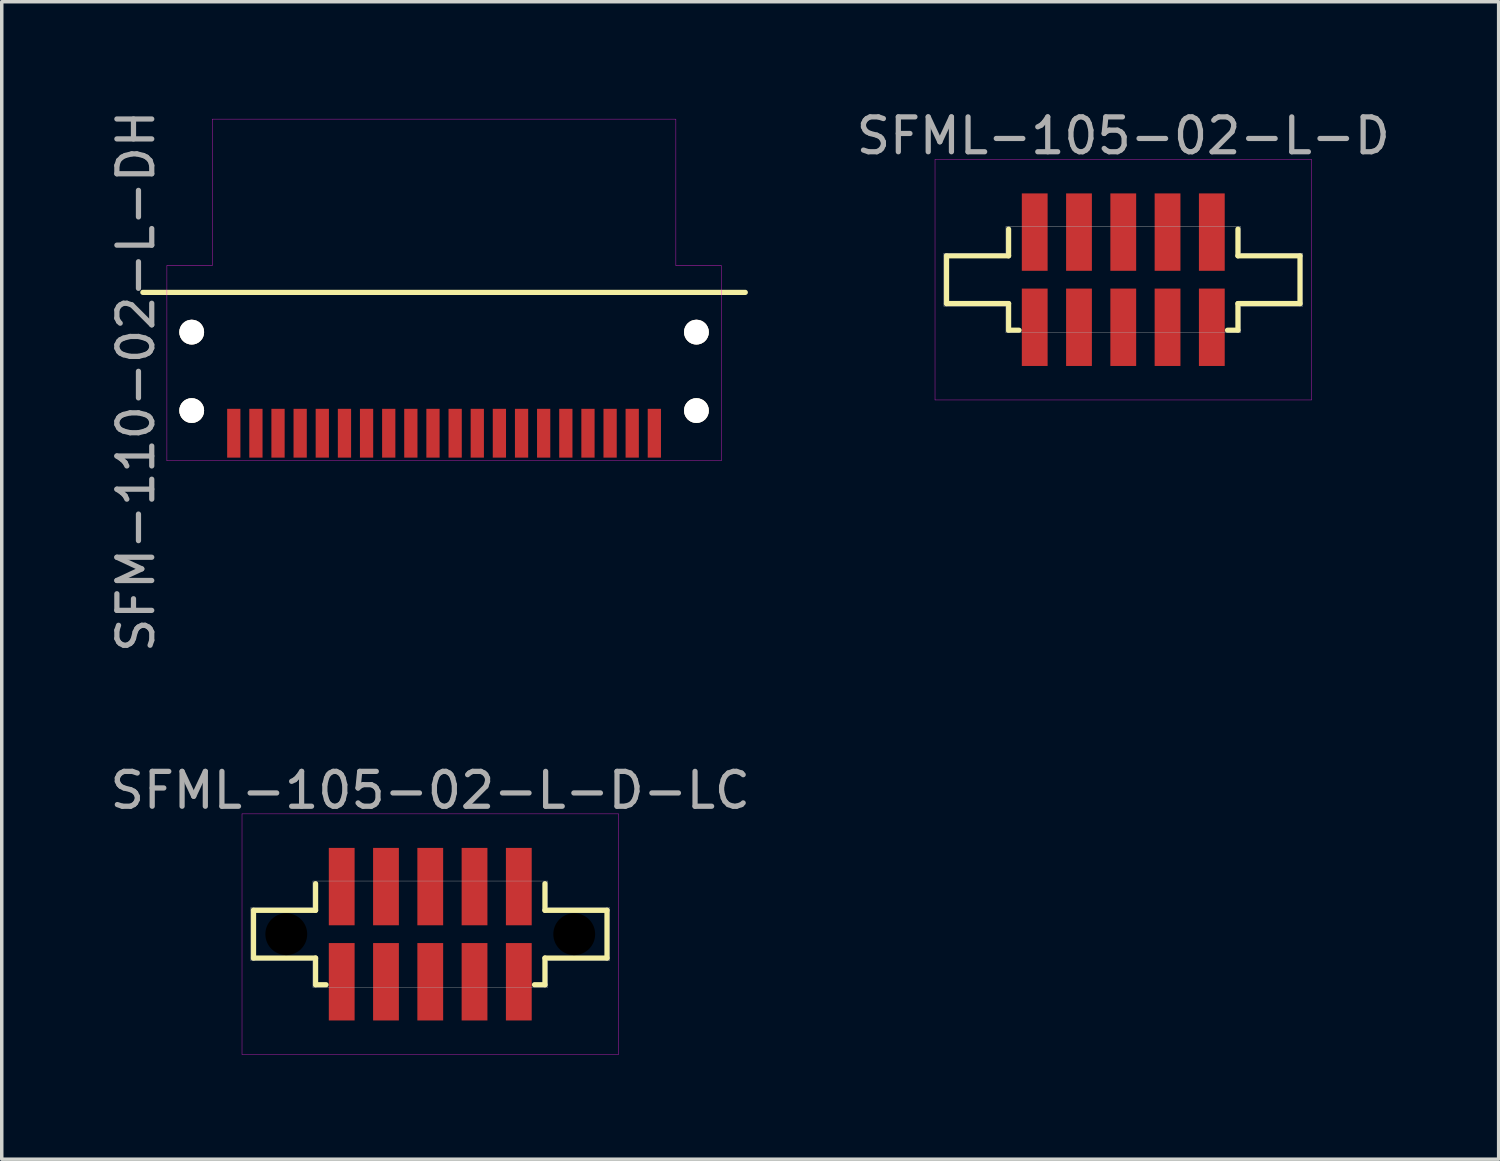
<source format=kicad_pcb>
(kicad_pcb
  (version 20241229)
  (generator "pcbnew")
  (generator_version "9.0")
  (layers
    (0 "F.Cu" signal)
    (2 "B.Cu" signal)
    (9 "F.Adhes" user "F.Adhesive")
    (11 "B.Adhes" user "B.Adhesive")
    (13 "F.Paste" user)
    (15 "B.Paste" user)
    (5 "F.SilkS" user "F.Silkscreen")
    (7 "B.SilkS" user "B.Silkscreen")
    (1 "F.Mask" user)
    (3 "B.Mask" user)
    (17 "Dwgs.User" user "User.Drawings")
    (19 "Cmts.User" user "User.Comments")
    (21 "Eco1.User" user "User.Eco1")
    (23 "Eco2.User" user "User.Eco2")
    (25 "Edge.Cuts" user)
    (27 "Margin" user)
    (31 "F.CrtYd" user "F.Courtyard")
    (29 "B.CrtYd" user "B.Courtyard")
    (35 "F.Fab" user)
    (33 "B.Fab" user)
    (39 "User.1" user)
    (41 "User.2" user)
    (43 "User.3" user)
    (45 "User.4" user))
  (footprint "SFM-110-02-L-DH"
    (layer "F.Cu")
    (at 9.688 5.567)
    (property "Reference" "SFM-110-02-L-DH" (at -8.84 2.32 90) (layer "F.Fab") (effects (font (size 1 1) (thickness 0.15))))
    (attr through_hole)
    (fp_line (start -8.64 -0.23) (end 8.64 -0.23) (stroke (width 0.15) (type solid)) (layer "F.SilkS"))
    (fp_line (start -7.95 -1) (end -7.95 4.6) (stroke (width 0.01) (type solid)) (layer "F.CrtYd"))
    (fp_line (start -7.95 -1) (end -6.65 -1) (stroke (width 0.01) (type solid)) (layer "F.CrtYd"))
    (fp_line (start -7.95 4.6) (end 7.95 4.6) (stroke (width 0.01) (type solid)) (layer "F.CrtYd"))
    (fp_line (start -6.65 -5.2) (end -6.65 -1) (stroke (width 0.01) (type solid)) (layer "F.CrtYd"))
    (fp_line (start -6.65 -5.2) (end 6.65 -5.2) (stroke (width 0.01) (type solid)) (layer "F.CrtYd"))
    (fp_line (start 6.65 -5.2) (end 6.65 -1) (stroke (width 0.01) (type solid)) (layer "F.CrtYd"))
    (fp_line (start 6.65 -1) (end 7.95 -1) (stroke (width 0.01) (type solid)) (layer "F.CrtYd"))
    (fp_line (start 7.95 -1) (end 7.95 4.6) (stroke (width 0.01) (type solid)) (layer "F.CrtYd"))
    (pad "" thru_hole circle (at -7.239 0.91) (size 0.71 0.71) (drill 0.71) (layers "*.Cu" "*.Mask" "F.SilkS"))
    (pad "" thru_hole circle (at -7.239 3.16) (size 0.71 0.71) (drill 0.71) (layers "*.Cu" "*.Mask" "F.SilkS"))
    (pad "" thru_hole circle (at 7.239 0.91) (size 0.71 0.71) (drill 0.71) (layers "*.Cu" "*.Mask" "F.SilkS"))
    (pad "" thru_hole circle (at 7.239 3.16) (size 0.71 0.71) (drill 0.71) (layers "*.Cu" "*.Mask" "F.SilkS"))
    (pad "1" smd rect (at -6.032 3.81) (size 0.38 1.4) (layers "F.Cu" "F.Mask" "F.Paste"))
    (pad "2" smd rect (at -5.397 3.81) (size 0.38 1.4) (layers "F.Cu" "F.Mask" "F.Paste"))
    (pad "3" smd rect (at -4.763 3.81) (size 0.38 1.4) (layers "F.Cu" "F.Mask" "F.Paste"))
    (pad "4" smd rect (at -4.128 3.81) (size 0.38 1.4) (layers "F.Cu" "F.Mask" "F.Paste"))
    (pad "5" smd rect (at -3.493 3.81) (size 0.38 1.4) (layers "F.Cu" "F.Mask" "F.Paste"))
    (pad "6" smd rect (at -2.857 3.81) (size 0.38 1.4) (layers "F.Cu" "F.Mask" "F.Paste"))
    (pad "7" smd rect (at -2.223 3.81) (size 0.38 1.4) (layers "F.Cu" "F.Mask" "F.Paste"))
    (pad "8" smd rect (at -1.587 3.81) (size 0.38 1.4) (layers "F.Cu" "F.Mask" "F.Paste"))
    (pad "9" smd rect (at -0.953 3.81) (size 0.38 1.4) (layers "F.Cu" "F.Mask" "F.Paste"))
    (pad "10" smd rect (at -0.318 3.81) (size 0.38 1.4) (layers "F.Cu" "F.Mask" "F.Paste"))
    (pad "11" smd rect (at 0.318 3.81) (size 0.38 1.4) (layers "F.Cu" "F.Mask" "F.Paste"))
    (pad "12" smd rect (at 0.953 3.81) (size 0.38 1.4) (layers "F.Cu" "F.Mask" "F.Paste"))
    (pad "13" smd rect (at 1.587 3.81) (size 0.38 1.4) (layers "F.Cu" "F.Mask" "F.Paste"))
    (pad "14" smd rect (at 2.223 3.81) (size 0.38 1.4) (layers "F.Cu" "F.Mask" "F.Paste"))
    (pad "15" smd rect (at 2.857 3.81) (size 0.38 1.4) (layers "F.Cu" "F.Mask" "F.Paste"))
    (pad "16" smd rect (at 3.493 3.81) (size 0.38 1.4) (layers "F.Cu" "F.Mask" "F.Paste"))
    (pad "17" smd rect (at 4.128 3.81) (size 0.38 1.4) (layers "F.Cu" "F.Mask" "F.Paste"))
    (pad "18" smd rect (at 4.763 3.81) (size 0.38 1.4) (layers "F.Cu" "F.Mask" "F.Paste"))
    (pad "19" smd rect (at 5.397 3.81) (size 0.38 1.4) (layers "F.Cu" "F.Mask" "F.Paste"))
    (pad "20" smd rect (at 6.032 3.81) (size 0.38 1.4) (layers "F.Cu" "F.Mask" "F.Paste")))
  (footprint "SFML-105-02-L-D"
    (layer "F.Cu")
    (at 29.171 4.973)
    (property "Reference" "SFML-105-02-L-D" (at 0 -4.125 0) (layer "F.Fab") (effects (font (size 1 1) (thickness 0.15))))
    (attr smd)
    (fp_line (start -5.07 -0.685) (end -3.29 -0.685) (stroke (width 0.15) (type solid)) (layer "F.SilkS"))
    (fp_line (start -5.07 0.685) (end -5.07 -0.685) (stroke (width 0.15) (type solid)) (layer "F.SilkS"))
    (fp_line (start -3.29 -0.685) (end -3.29 -1.45) (stroke (width 0.15) (type solid)) (layer "F.SilkS"))
    (fp_line (start -3.29 0.685) (end -5.07 0.685) (stroke (width 0.15) (type solid)) (layer "F.SilkS"))
    (fp_line (start -3.29 1.45) (end -3.29 0.685) (stroke (width 0.15) (type solid)) (layer "F.SilkS"))
    (fp_line (start -2.99 1.45) (end -3.29 1.45) (stroke (width 0.15) (type solid)) (layer "F.SilkS"))
    (fp_line (start 3.29 -1.45) (end 3.29 -0.685) (stroke (width 0.15) (type solid)) (layer "F.SilkS"))
    (fp_line (start 3.29 -0.685) (end 5.07 -0.685) (stroke (width 0.15) (type solid)) (layer "F.SilkS"))
    (fp_line (start 3.29 0.685) (end 3.29 1.45) (stroke (width 0.15) (type solid)) (layer "F.SilkS"))
    (fp_line (start 3.29 1.45) (end 2.99 1.45) (stroke (width 0.15) (type solid)) (layer "F.SilkS"))
    (fp_line (start 5.07 -0.685) (end 5.07 0.685) (stroke (width 0.15) (type solid)) (layer "F.SilkS"))
    (fp_line (start 5.07 0.685) (end 3.29 0.685) (stroke (width 0.15) (type solid)) (layer "F.SilkS"))
    (fp_line (start -5.4 -3.45) (end 5.4 -3.45) (stroke (width 0.01) (type solid)) (layer "F.CrtYd"))
    (fp_line (start -5.4 3.45) (end -5.4 -3.45) (stroke (width 0.01) (type solid)) (layer "F.CrtYd"))
    (fp_line (start 5.4 -3.45) (end 5.4 3.45) (stroke (width 0.01) (type solid)) (layer "F.CrtYd"))
    (fp_line (start 5.4 3.45) (end -5.4 3.45) (stroke (width 0.01) (type solid)) (layer "F.CrtYd"))
    (fp_line (start -5.145 -0.76) (end -3.365 -0.76) (stroke (width 0.01) (type solid)) (layer "F.Fab"))
    (fp_line (start -5.145 0.76) (end -5.145 -0.76) (stroke (width 0.01) (type solid)) (layer "F.Fab"))
    (fp_line (start -3.365 -1.525) (end 3.365 -1.525) (stroke (width 0.01) (type solid)) (layer "F.Fab"))
    (fp_line (start -3.365 -0.76) (end -3.365 -1.525) (stroke (width 0.01) (type solid)) (layer "F.Fab"))
    (fp_line (start -3.365 0.76) (end -5.145 0.76) (stroke (width 0.01) (type solid)) (layer "F.Fab"))
    (fp_line (start -3.365 1.525) (end -3.365 0.76) (stroke (width 0.01) (type solid)) (layer "F.Fab"))
    (fp_line (start 3.365 -1.525) (end 3.365 -0.76) (stroke (width 0.01) (type solid)) (layer "F.Fab"))
    (fp_line (start 3.365 -0.76) (end 5.145 -0.76) (stroke (width 0.01) (type solid)) (layer "F.Fab"))
    (fp_line (start 3.365 0.76) (end 3.365 1.525) (stroke (width 0.01) (type solid)) (layer "F.Fab"))
    (fp_line (start 3.365 1.525) (end -3.365 1.525) (stroke (width 0.01) (type solid)) (layer "F.Fab"))
    (fp_line (start 5.145 -0.76) (end 5.145 0.76) (stroke (width 0.01) (type solid)) (layer "F.Fab"))
    (fp_line (start 5.145 0.76) (end 3.365 0.76) (stroke (width 0.01) (type solid)) (layer "F.Fab"))
    (pad "1" smd rect (at -2.54 -1.365) (size 0.74 2.22) (layers "F.Cu" "F.Mask" "F.Paste"))
    (pad "2" smd rect (at -2.54 1.365) (size 0.74 2.22) (layers "F.Cu" "F.Mask" "F.Paste"))
    (pad "3" smd rect (at -1.27 -1.365) (size 0.74 2.22) (layers "F.Cu" "F.Mask" "F.Paste"))
    (pad "4" smd rect (at -1.27 1.365) (size 0.74 2.22) (layers "F.Cu" "F.Mask" "F.Paste"))
    (pad "5" smd rect (at 0 -1.365) (size 0.74 2.22) (layers "F.Cu" "F.Mask" "F.Paste"))
    (pad "6" smd rect (at 0 1.365) (size 0.74 2.22) (layers "F.Cu" "F.Mask" "F.Paste"))
    (pad "7" smd rect (at 1.27 -1.365) (size 0.74 2.22) (layers "F.Cu" "F.Mask" "F.Paste"))
    (pad "8" smd rect (at 1.27 1.365) (size 0.74 2.22) (layers "F.Cu" "F.Mask" "F.Paste"))
    (pad "9" smd rect (at 2.54 -1.365) (size 0.74 2.22) (layers "F.Cu" "F.Mask" "F.Paste"))
    (pad "10" smd rect (at 2.54 1.365) (size 0.74 2.22) (layers "F.Cu" "F.Mask" "F.Paste")))
  (footprint "SFML-105-02-L-D-LC"
    (layer "F.Cu")
    (at 9.292 23.747)
    (property "Reference" "SFML-105-02-L-D-LC" (at 0 -4.125 0) (layer "F.Fab") (effects (font (size 1 1) (thickness 0.15))))
    (attr smd)
    (fp_line (start -5.07 -0.685) (end -3.29 -0.685) (stroke (width 0.15) (type solid)) (layer "F.SilkS"))
    (fp_line (start -5.07 0.685) (end -5.07 -0.685) (stroke (width 0.15) (type solid)) (layer "F.SilkS"))
    (fp_line (start -3.29 -0.685) (end -3.29 -1.45) (stroke (width 0.15) (type solid)) (layer "F.SilkS"))
    (fp_line (start -3.29 0.685) (end -5.07 0.685) (stroke (width 0.15) (type solid)) (layer "F.SilkS"))
    (fp_line (start -3.29 1.45) (end -3.29 0.685) (stroke (width 0.15) (type solid)) (layer "F.SilkS"))
    (fp_line (start -2.99 1.45) (end -3.29 1.45) (stroke (width 0.15) (type solid)) (layer "F.SilkS"))
    (fp_line (start 3.29 -1.45) (end 3.29 -0.685) (stroke (width 0.15) (type solid)) (layer "F.SilkS"))
    (fp_line (start 3.29 -0.685) (end 5.07 -0.685) (stroke (width 0.15) (type solid)) (layer "F.SilkS"))
    (fp_line (start 3.29 0.685) (end 3.29 1.45) (stroke (width 0.15) (type solid)) (layer "F.SilkS"))
    (fp_line (start 3.29 1.45) (end 2.99 1.45) (stroke (width 0.15) (type solid)) (layer "F.SilkS"))
    (fp_line (start 5.07 -0.685) (end 5.07 0.685) (stroke (width 0.15) (type solid)) (layer "F.SilkS"))
    (fp_line (start 5.07 0.685) (end 3.29 0.685) (stroke (width 0.15) (type solid)) (layer "F.SilkS"))
    (fp_line (start -5.4 -3.45) (end 5.4 -3.45) (stroke (width 0.01) (type solid)) (layer "F.CrtYd"))
    (fp_line (start -5.4 3.45) (end -5.4 -3.45) (stroke (width 0.01) (type solid)) (layer "F.CrtYd"))
    (fp_line (start 5.4 -3.45) (end 5.4 3.45) (stroke (width 0.01) (type solid)) (layer "F.CrtYd"))
    (fp_line (start 5.4 3.45) (end -5.4 3.45) (stroke (width 0.01) (type solid)) (layer "F.CrtYd"))
    (fp_line (start -5.145 -0.76) (end -3.365 -0.76) (stroke (width 0.01) (type solid)) (layer "F.Fab"))
    (fp_line (start -5.145 0.76) (end -5.145 -0.76) (stroke (width 0.01) (type solid)) (layer "F.Fab"))
    (fp_line (start -3.365 -1.525) (end 3.365 -1.525) (stroke (width 0.01) (type solid)) (layer "F.Fab"))
    (fp_line (start -3.365 -0.76) (end -3.365 -1.525) (stroke (width 0.01) (type solid)) (layer "F.Fab"))
    (fp_line (start -3.365 0.76) (end -5.145 0.76) (stroke (width 0.01) (type solid)) (layer "F.Fab"))
    (fp_line (start -3.365 1.525) (end -3.365 0.76) (stroke (width 0.01) (type solid)) (layer "F.Fab"))
    (fp_line (start 3.365 -1.525) (end 3.365 -0.76) (stroke (width 0.01) (type solid)) (layer "F.Fab"))
    (fp_line (start 3.365 -0.76) (end 5.145 -0.76) (stroke (width 0.01) (type solid)) (layer "F.Fab"))
    (fp_line (start 3.365 0.76) (end 3.365 1.525) (stroke (width 0.01) (type solid)) (layer "F.Fab"))
    (fp_line (start 3.365 1.525) (end -3.365 1.525) (stroke (width 0.01) (type solid)) (layer "F.Fab"))
    (fp_line (start 5.145 -0.76) (end 5.145 0.76) (stroke (width 0.01) (type solid)) (layer "F.Fab"))
    (fp_line (start 5.145 0.76) (end 3.365 0.76) (stroke (width 0.01) (type solid)) (layer "F.Fab"))
    (pad "" np_thru_hole circle (at -4.13 0) (size 1.2 1.2) (drill 1.2) (layers "*.Mask"))
    (pad "" np_thru_hole circle (at 4.13 0) (size 1.2 1.2) (drill 1.2) (layers "*.Mask"))
    (pad "1" smd rect (at -2.54 -1.365) (size 0.74 2.22) (layers "F.Cu" "F.Mask" "F.Paste"))
    (pad "2" smd rect (at -2.54 1.365) (size 0.74 2.22) (layers "F.Cu" "F.Mask" "F.Paste"))
    (pad "3" smd rect (at -1.27 -1.365) (size 0.74 2.22) (layers "F.Cu" "F.Mask" "F.Paste"))
    (pad "4" smd rect (at -1.27 1.365) (size 0.74 2.22) (layers "F.Cu" "F.Mask" "F.Paste"))
    (pad "5" smd rect (at 0 -1.365) (size 0.74 2.22) (layers "F.Cu" "F.Mask" "F.Paste"))
    (pad "6" smd rect (at 0 1.365) (size 0.74 2.22) (layers "F.Cu" "F.Mask" "F.Paste"))
    (pad "7" smd rect (at 1.27 -1.365) (size 0.74 2.22) (layers "F.Cu" "F.Mask" "F.Paste"))
    (pad "8" smd rect (at 1.27 1.365) (size 0.74 2.22) (layers "F.Cu" "F.Mask" "F.Paste"))
    (pad "9" smd rect (at 2.54 -1.365) (size 0.74 2.22) (layers "F.Cu" "F.Mask" "F.Paste"))
    (pad "10" smd rect (at 2.54 1.365) (size 0.74 2.22) (layers "F.Cu" "F.Mask" "F.Paste")))
  (gr_rect
    (start -3 -3)
    (end 39.939 30.202)
    (stroke (width 0.1) (type default))
    (fill no)
    (layer "Edge.Cuts")))
</source>
